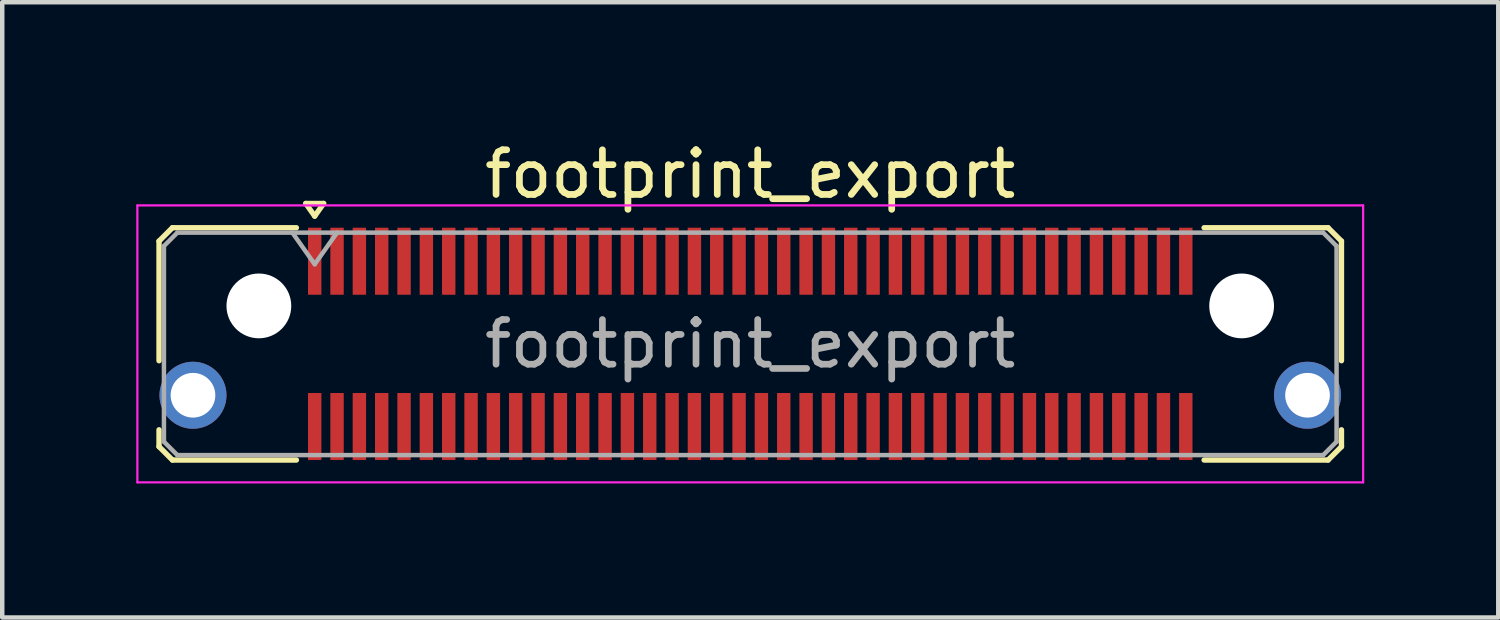
<source format=kicad_pcb>
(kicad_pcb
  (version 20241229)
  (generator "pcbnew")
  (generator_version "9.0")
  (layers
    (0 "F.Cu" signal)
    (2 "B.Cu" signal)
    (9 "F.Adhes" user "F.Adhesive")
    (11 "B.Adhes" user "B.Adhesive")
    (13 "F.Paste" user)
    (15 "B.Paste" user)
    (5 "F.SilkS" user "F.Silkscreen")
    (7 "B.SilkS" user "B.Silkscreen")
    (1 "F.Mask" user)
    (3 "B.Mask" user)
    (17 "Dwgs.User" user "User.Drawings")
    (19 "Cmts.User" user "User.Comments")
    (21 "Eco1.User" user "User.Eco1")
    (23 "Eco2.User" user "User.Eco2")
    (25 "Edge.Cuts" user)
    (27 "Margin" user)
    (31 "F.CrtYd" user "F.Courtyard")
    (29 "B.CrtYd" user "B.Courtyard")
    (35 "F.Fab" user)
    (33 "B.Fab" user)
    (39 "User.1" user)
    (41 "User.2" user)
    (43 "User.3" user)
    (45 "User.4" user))
  (footprint "footprint_export"
    (layer "F.Cu")
    (at 13.745 4.648)
    (property "Reference" "footprint_export" (at 0 -3.8 0) (layer "F.SilkS") (effects (font (size 1 1) (thickness 0.15))))
    (attr smd)
    (fp_line (start -13.235 -2.3) (end -13.235 0.377) (stroke (width 0.12) (type solid)) (layer "F.SilkS"))
    (fp_line (start -13.235 1.923) (end -13.235 2.3) (stroke (width 0.12) (type solid)) (layer "F.SilkS"))
    (fp_line (start -13.235 2.3) (end -12.935 2.6) (stroke (width 0.12) (type solid)) (layer "F.SilkS"))
    (fp_line (start -12.935 -2.6) (end -13.235 -2.3) (stroke (width 0.12) (type solid)) (layer "F.SilkS"))
    (fp_line (start -12.935 2.6) (end -10.16 2.6) (stroke (width 0.12) (type solid)) (layer "F.SilkS"))
    (fp_line (start -10.16 -2.6) (end -12.935 -2.6) (stroke (width 0.12) (type solid)) (layer "F.SilkS"))
    (fp_line (start -9.95 -3.143) (end -9.55 -3.143) (stroke (width 0.12) (type solid)) (layer "F.SilkS"))
    (fp_line (start -9.75 -2.86) (end -9.95 -3.143) (stroke (width 0.12) (type solid)) (layer "F.SilkS"))
    (fp_line (start -9.55 -3.143) (end -9.75 -2.86) (stroke (width 0.12) (type solid)) (layer "F.SilkS"))
    (fp_line (start 10.16 -2.6) (end 12.935 -2.6) (stroke (width 0.12) (type solid)) (layer "F.SilkS"))
    (fp_line (start 12.935 -2.6) (end 13.235 -2.3) (stroke (width 0.12) (type solid)) (layer "F.SilkS"))
    (fp_line (start 12.935 2.6) (end 10.16 2.6) (stroke (width 0.12) (type solid)) (layer "F.SilkS"))
    (fp_line (start 13.235 -2.3) (end 13.235 0.377) (stroke (width 0.12) (type solid)) (layer "F.SilkS"))
    (fp_line (start 13.235 1.923) (end 13.235 2.3) (stroke (width 0.12) (type solid)) (layer "F.SilkS"))
    (fp_line (start 13.235 2.3) (end 12.935 2.6) (stroke (width 0.12) (type solid)) (layer "F.SilkS"))
    (fp_line (start -13.72 -3.1) (end -13.72 3.1) (stroke (width 0.05) (type solid)) (layer "F.CrtYd"))
    (fp_line (start -13.72 3.1) (end 13.72 3.1) (stroke (width 0.05) (type solid)) (layer "F.CrtYd"))
    (fp_line (start 13.72 -3.1) (end -13.72 -3.1) (stroke (width 0.05) (type solid)) (layer "F.CrtYd"))
    (fp_line (start 13.72 3.1) (end 13.72 -3.1) (stroke (width 0.05) (type solid)) (layer "F.CrtYd"))
    (fp_line (start -13.125 -2.19) (end -13.125 2.19) (stroke (width 0.1) (type solid)) (layer "F.Fab"))
    (fp_line (start -13.125 2.19) (end -12.825 2.49) (stroke (width 0.1) (type solid)) (layer "F.Fab"))
    (fp_line (start -12.825 -2.49) (end -13.125 -2.19) (stroke (width 0.1) (type solid)) (layer "F.Fab"))
    (fp_line (start -12.825 2.49) (end 0 2.49) (stroke (width 0.1) (type solid)) (layer "F.Fab"))
    (fp_line (start -10.25 -2.49) (end -9.75 -1.783) (stroke (width 0.1) (type solid)) (layer "F.Fab"))
    (fp_line (start -9.75 -1.783) (end -9.25 -2.49) (stroke (width 0.1) (type solid)) (layer "F.Fab"))
    (fp_line (start 0 -2.49) (end -12.825 -2.49) (stroke (width 0.1) (type solid)) (layer "F.Fab"))
    (fp_line (start 0 -2.49) (end 12.825 -2.49) (stroke (width 0.1) (type solid)) (layer "F.Fab"))
    (fp_line (start 12.825 -2.49) (end 13.125 -2.19) (stroke (width 0.1) (type solid)) (layer "F.Fab"))
    (fp_line (start 12.825 2.49) (end 0 2.49) (stroke (width 0.1) (type solid)) (layer "F.Fab"))
    (fp_line (start 13.125 -2.19) (end 13.125 2.19) (stroke (width 0.1) (type solid)) (layer "F.Fab"))
    (fp_line (start 13.125 2.19) (end 12.825 2.49) (stroke (width 0.1) (type solid)) (layer "F.Fab"))
    (fp_text user "${REFERENCE}" (at 0 0 0) (layer "F.Fab") (effects (font (size 1 1) (thickness 0.15))))
    (pad "" np_thru_hole circle (at -11 -0.85) (size 1.45 1.45) (drill 1.45) (layers "*.Cu" "*.Mask"))
    (pad "" np_thru_hole circle (at 11 -0.85) (size 1.45 1.45) (drill 1.45) (layers "*.Cu" "*.Mask"))
    (pad "1" smd rect (at -9.75 -1.85) (size 0.3 1.5) (layers "F.Cu" "F.Mask" "F.Paste"))
    (pad "2" smd rect (at -9.75 1.85) (size 0.3 1.5) (layers "F.Cu" "F.Mask" "F.Paste"))
    (pad "3" smd rect (at -9.25 -1.85) (size 0.3 1.5) (layers "F.Cu" "F.Mask" "F.Paste"))
    (pad "4" smd rect (at -9.25 1.85) (size 0.3 1.5) (layers "F.Cu" "F.Mask" "F.Paste"))
    (pad "5" smd rect (at -8.75 -1.85) (size 0.3 1.5) (layers "F.Cu" "F.Mask" "F.Paste"))
    (pad "6" smd rect (at -8.75 1.85) (size 0.3 1.5) (layers "F.Cu" "F.Mask" "F.Paste"))
    (pad "7" smd rect (at -8.25 -1.85) (size 0.3 1.5) (layers "F.Cu" "F.Mask" "F.Paste"))
    (pad "8" smd rect (at -8.25 1.85) (size 0.3 1.5) (layers "F.Cu" "F.Mask" "F.Paste"))
    (pad "9" smd rect (at -7.75 -1.85) (size 0.3 1.5) (layers "F.Cu" "F.Mask" "F.Paste"))
    (pad "10" smd rect (at -7.75 1.85) (size 0.3 1.5) (layers "F.Cu" "F.Mask" "F.Paste"))
    (pad "11" smd rect (at -7.25 -1.85) (size 0.3 1.5) (layers "F.Cu" "F.Mask" "F.Paste"))
    (pad "12" smd rect (at -7.25 1.85) (size 0.3 1.5) (layers "F.Cu" "F.Mask" "F.Paste"))
    (pad "13" smd rect (at -6.75 -1.85) (size 0.3 1.5) (layers "F.Cu" "F.Mask" "F.Paste"))
    (pad "14" smd rect (at -6.75 1.85) (size 0.3 1.5) (layers "F.Cu" "F.Mask" "F.Paste"))
    (pad "15" smd rect (at -6.25 -1.85) (size 0.3 1.5) (layers "F.Cu" "F.Mask" "F.Paste"))
    (pad "16" smd rect (at -6.25 1.85) (size 0.3 1.5) (layers "F.Cu" "F.Mask" "F.Paste"))
    (pad "17" smd rect (at -5.75 -1.85) (size 0.3 1.5) (layers "F.Cu" "F.Mask" "F.Paste"))
    (pad "18" smd rect (at -5.75 1.85) (size 0.3 1.5) (layers "F.Cu" "F.Mask" "F.Paste"))
    (pad "19" smd rect (at -5.25 -1.85) (size 0.3 1.5) (layers "F.Cu" "F.Mask" "F.Paste"))
    (pad "20" smd rect (at -5.25 1.85) (size 0.3 1.5) (layers "F.Cu" "F.Mask" "F.Paste"))
    (pad "21" smd rect (at -4.75 -1.85) (size 0.3 1.5) (layers "F.Cu" "F.Mask" "F.Paste"))
    (pad "22" smd rect (at -4.75 1.85) (size 0.3 1.5) (layers "F.Cu" "F.Mask" "F.Paste"))
    (pad "23" smd rect (at -4.25 -1.85) (size 0.3 1.5) (layers "F.Cu" "F.Mask" "F.Paste"))
    (pad "24" smd rect (at -4.25 1.85) (size 0.3 1.5) (layers "F.Cu" "F.Mask" "F.Paste"))
    (pad "25" smd rect (at -3.75 -1.85) (size 0.3 1.5) (layers "F.Cu" "F.Mask" "F.Paste"))
    (pad "26" smd rect (at -3.75 1.85) (size 0.3 1.5) (layers "F.Cu" "F.Mask" "F.Paste"))
    (pad "27" smd rect (at -3.25 -1.85) (size 0.3 1.5) (layers "F.Cu" "F.Mask" "F.Paste"))
    (pad "28" smd rect (at -3.25 1.85) (size 0.3 1.5) (layers "F.Cu" "F.Mask" "F.Paste"))
    (pad "29" smd rect (at -2.75 -1.85) (size 0.3 1.5) (layers "F.Cu" "F.Mask" "F.Paste"))
    (pad "30" smd rect (at -2.75 1.85) (size 0.3 1.5) (layers "F.Cu" "F.Mask" "F.Paste"))
    (pad "31" smd rect (at -2.25 -1.85) (size 0.3 1.5) (layers "F.Cu" "F.Mask" "F.Paste"))
    (pad "32" smd rect (at -2.25 1.85) (size 0.3 1.5) (layers "F.Cu" "F.Mask" "F.Paste"))
    (pad "33" smd rect (at -1.75 -1.85) (size 0.3 1.5) (layers "F.Cu" "F.Mask" "F.Paste"))
    (pad "34" smd rect (at -1.75 1.85) (size 0.3 1.5) (layers "F.Cu" "F.Mask" "F.Paste"))
    (pad "35" smd rect (at -1.25 -1.85) (size 0.3 1.5) (layers "F.Cu" "F.Mask" "F.Paste"))
    (pad "36" smd rect (at -1.25 1.85) (size 0.3 1.5) (layers "F.Cu" "F.Mask" "F.Paste"))
    (pad "37" smd rect (at -0.75 -1.85) (size 0.3 1.5) (layers "F.Cu" "F.Mask" "F.Paste"))
    (pad "38" smd rect (at -0.75 1.85) (size 0.3 1.5) (layers "F.Cu" "F.Mask" "F.Paste"))
    (pad "39" smd rect (at -0.25 -1.85) (size 0.3 1.5) (layers "F.Cu" "F.Mask" "F.Paste"))
    (pad "40" smd rect (at -0.25 1.85) (size 0.3 1.5) (layers "F.Cu" "F.Mask" "F.Paste"))
    (pad "41" smd rect (at 0.25 -1.85) (size 0.3 1.5) (layers "F.Cu" "F.Mask" "F.Paste"))
    (pad "42" smd rect (at 0.25 1.85) (size 0.3 1.5) (layers "F.Cu" "F.Mask" "F.Paste"))
    (pad "43" smd rect (at 0.75 -1.85) (size 0.3 1.5) (layers "F.Cu" "F.Mask" "F.Paste"))
    (pad "44" smd rect (at 0.75 1.85) (size 0.3 1.5) (layers "F.Cu" "F.Mask" "F.Paste"))
    (pad "45" smd rect (at 1.25 -1.85) (size 0.3 1.5) (layers "F.Cu" "F.Mask" "F.Paste"))
    (pad "46" smd rect (at 1.25 1.85) (size 0.3 1.5) (layers "F.Cu" "F.Mask" "F.Paste"))
    (pad "47" smd rect (at 1.75 -1.85) (size 0.3 1.5) (layers "F.Cu" "F.Mask" "F.Paste"))
    (pad "48" smd rect (at 1.75 1.85) (size 0.3 1.5) (layers "F.Cu" "F.Mask" "F.Paste"))
    (pad "49" smd rect (at 2.25 -1.85) (size 0.3 1.5) (layers "F.Cu" "F.Mask" "F.Paste"))
    (pad "50" smd rect (at 2.25 1.85) (size 0.3 1.5) (layers "F.Cu" "F.Mask" "F.Paste"))
    (pad "51" smd rect (at 2.75 -1.85) (size 0.3 1.5) (layers "F.Cu" "F.Mask" "F.Paste"))
    (pad "52" smd rect (at 2.75 1.85) (size 0.3 1.5) (layers "F.Cu" "F.Mask" "F.Paste"))
    (pad "53" smd rect (at 3.25 -1.85) (size 0.3 1.5) (layers "F.Cu" "F.Mask" "F.Paste"))
    (pad "54" smd rect (at 3.25 1.85) (size 0.3 1.5) (layers "F.Cu" "F.Mask" "F.Paste"))
    (pad "55" smd rect (at 3.75 -1.85) (size 0.3 1.5) (layers "F.Cu" "F.Mask" "F.Paste"))
    (pad "56" smd rect (at 3.75 1.85) (size 0.3 1.5) (layers "F.Cu" "F.Mask" "F.Paste"))
    (pad "57" smd rect (at 4.25 -1.85) (size 0.3 1.5) (layers "F.Cu" "F.Mask" "F.Paste"))
    (pad "58" smd rect (at 4.25 1.85) (size 0.3 1.5) (layers "F.Cu" "F.Mask" "F.Paste"))
    (pad "59" smd rect (at 4.75 -1.85) (size 0.3 1.5) (layers "F.Cu" "F.Mask" "F.Paste"))
    (pad "60" smd rect (at 4.75 1.85) (size 0.3 1.5) (layers "F.Cu" "F.Mask" "F.Paste"))
    (pad "61" smd rect (at 5.25 -1.85) (size 0.3 1.5) (layers "F.Cu" "F.Mask" "F.Paste"))
    (pad "62" smd rect (at 5.25 1.85) (size 0.3 1.5) (layers "F.Cu" "F.Mask" "F.Paste"))
    (pad "63" smd rect (at 5.75 -1.85) (size 0.3 1.5) (layers "F.Cu" "F.Mask" "F.Paste"))
    (pad "64" smd rect (at 5.75 1.85) (size 0.3 1.5) (layers "F.Cu" "F.Mask" "F.Paste"))
    (pad "65" smd rect (at 6.25 -1.85) (size 0.3 1.5) (layers "F.Cu" "F.Mask" "F.Paste"))
    (pad "66" smd rect (at 6.25 1.85) (size 0.3 1.5) (layers "F.Cu" "F.Mask" "F.Paste"))
    (pad "67" smd rect (at 6.75 -1.85) (size 0.3 1.5) (layers "F.Cu" "F.Mask" "F.Paste"))
    (pad "68" smd rect (at 6.75 1.85) (size 0.3 1.5) (layers "F.Cu" "F.Mask" "F.Paste"))
    (pad "69" smd rect (at 7.25 -1.85) (size 0.3 1.5) (layers "F.Cu" "F.Mask" "F.Paste"))
    (pad "70" smd rect (at 7.25 1.85) (size 0.3 1.5) (layers "F.Cu" "F.Mask" "F.Paste"))
    (pad "71" smd rect (at 7.75 -1.85) (size 0.3 1.5) (layers "F.Cu" "F.Mask" "F.Paste"))
    (pad "72" smd rect (at 7.75 1.85) (size 0.3 1.5) (layers "F.Cu" "F.Mask" "F.Paste"))
    (pad "73" smd rect (at 8.25 -1.85) (size 0.3 1.5) (layers "F.Cu" "F.Mask" "F.Paste"))
    (pad "74" smd rect (at 8.25 1.85) (size 0.3 1.5) (layers "F.Cu" "F.Mask" "F.Paste"))
    (pad "75" smd rect (at 8.75 -1.85) (size 0.3 1.5) (layers "F.Cu" "F.Mask" "F.Paste"))
    (pad "76" smd rect (at 8.75 1.85) (size 0.3 1.5) (layers "F.Cu" "F.Mask" "F.Paste"))
    (pad "77" smd rect (at 9.25 -1.85) (size 0.3 1.5) (layers "F.Cu" "F.Mask" "F.Paste"))
    (pad "78" smd rect (at 9.25 1.85) (size 0.3 1.5) (layers "F.Cu" "F.Mask" "F.Paste"))
    (pad "79" smd rect (at 9.75 -1.85) (size 0.3 1.5) (layers "F.Cu" "F.Mask" "F.Paste"))
    (pad "80" smd rect (at 9.75 1.85) (size 0.3 1.5) (layers "F.Cu" "F.Mask" "F.Paste"))
    (pad "SH" thru_hole circle (at -12.475 1.15) (size 1.5 1.5) (drill 1) (layers "*.Cu" "*.Mask"))
    (pad "SH" thru_hole circle (at 12.475 1.15) (size 1.5 1.5) (drill 1) (layers "*.Cu" "*.Mask")))
  (gr_rect
    (start -3 -3)
    (end 30.49 10.773)
    (stroke (width 0.1) (type default))
    (fill no)
    (layer "Edge.Cuts")))
</source>
